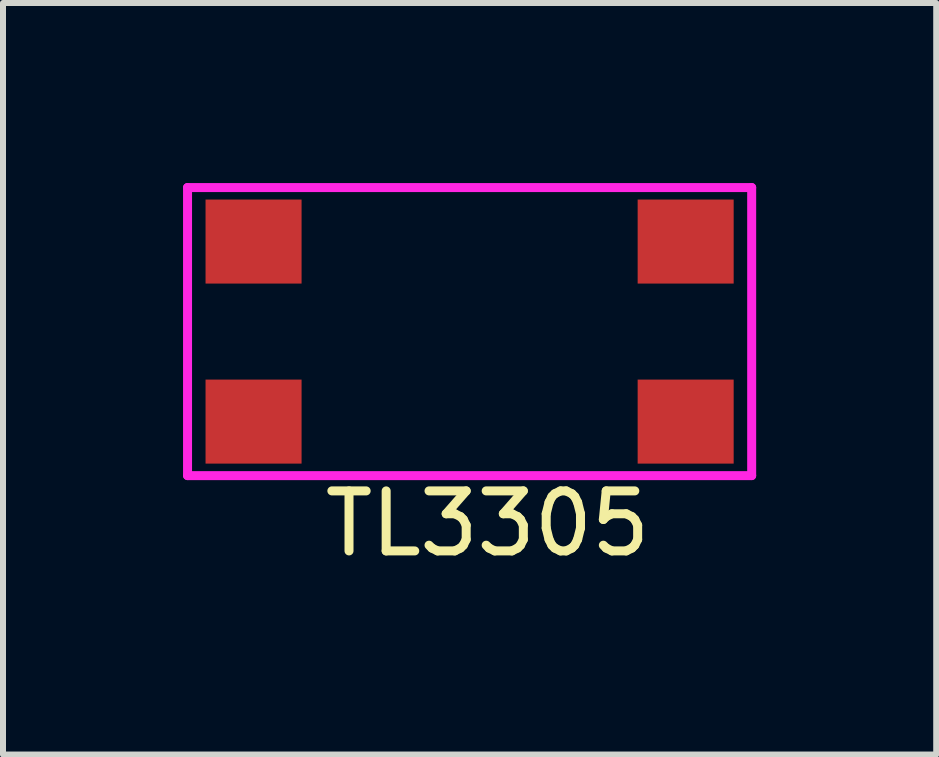
<source format=kicad_pcb>
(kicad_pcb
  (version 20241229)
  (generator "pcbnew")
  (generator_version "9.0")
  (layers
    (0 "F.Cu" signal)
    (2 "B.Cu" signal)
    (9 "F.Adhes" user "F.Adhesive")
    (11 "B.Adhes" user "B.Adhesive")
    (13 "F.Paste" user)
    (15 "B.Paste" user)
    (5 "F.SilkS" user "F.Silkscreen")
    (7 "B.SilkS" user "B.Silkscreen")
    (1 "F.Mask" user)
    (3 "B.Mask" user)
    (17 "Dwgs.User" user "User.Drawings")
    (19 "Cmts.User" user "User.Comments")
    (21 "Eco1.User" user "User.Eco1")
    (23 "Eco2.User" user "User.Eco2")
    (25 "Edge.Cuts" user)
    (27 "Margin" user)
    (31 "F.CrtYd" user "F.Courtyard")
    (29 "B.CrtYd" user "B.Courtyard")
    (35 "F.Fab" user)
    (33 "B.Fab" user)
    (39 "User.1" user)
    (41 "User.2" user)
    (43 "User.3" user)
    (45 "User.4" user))
  (footprint "TL3305"
    (layer "F.Cu")
    (at 4.775 2.475)
    (property "Reference" "TL3305" (at 0.3 3.2 0) (layer "F.SilkS") (effects (font (size 1 1) (thickness 0.15))))
    (attr through_hole)
    (fp_line (start -4.7 -2.4) (end -4.7 2.4) (stroke (width 0.15) (type solid)) (layer "F.CrtYd"))
    (fp_line (start -4.7 2.4) (end 4.7 2.4) (stroke (width 0.15) (type solid)) (layer "F.CrtYd"))
    (fp_line (start 4.7 -2.4) (end -4.7 -2.4) (stroke (width 0.15) (type solid)) (layer "F.CrtYd"))
    (fp_line (start 4.7 2.4) (end 4.7 -2.4) (stroke (width 0.15) (type solid)) (layer "F.CrtYd"))
    (pad "1" smd rect (at -3.6 1.5) (size 1.6 1.4) (layers "F.Cu" "F.Mask" "F.Paste"))
    (pad "2" smd rect (at 3.6 1.5) (size 1.6 1.4) (layers "F.Cu" "F.Mask" "F.Paste"))
    (pad "3" smd rect (at -3.6 -1.5) (size 1.6 1.4) (layers "F.Cu" "F.Mask" "F.Paste"))
    (pad "4" smd rect (at 3.6 -1.5) (size 1.6 1.4) (layers "F.Cu" "F.Mask" "F.Paste")))
  (gr_rect
    (start -3 -3)
    (end 12.55 9.523)
    (stroke (width 0.1) (type default))
    (fill no)
    (layer "Edge.Cuts")))
</source>
